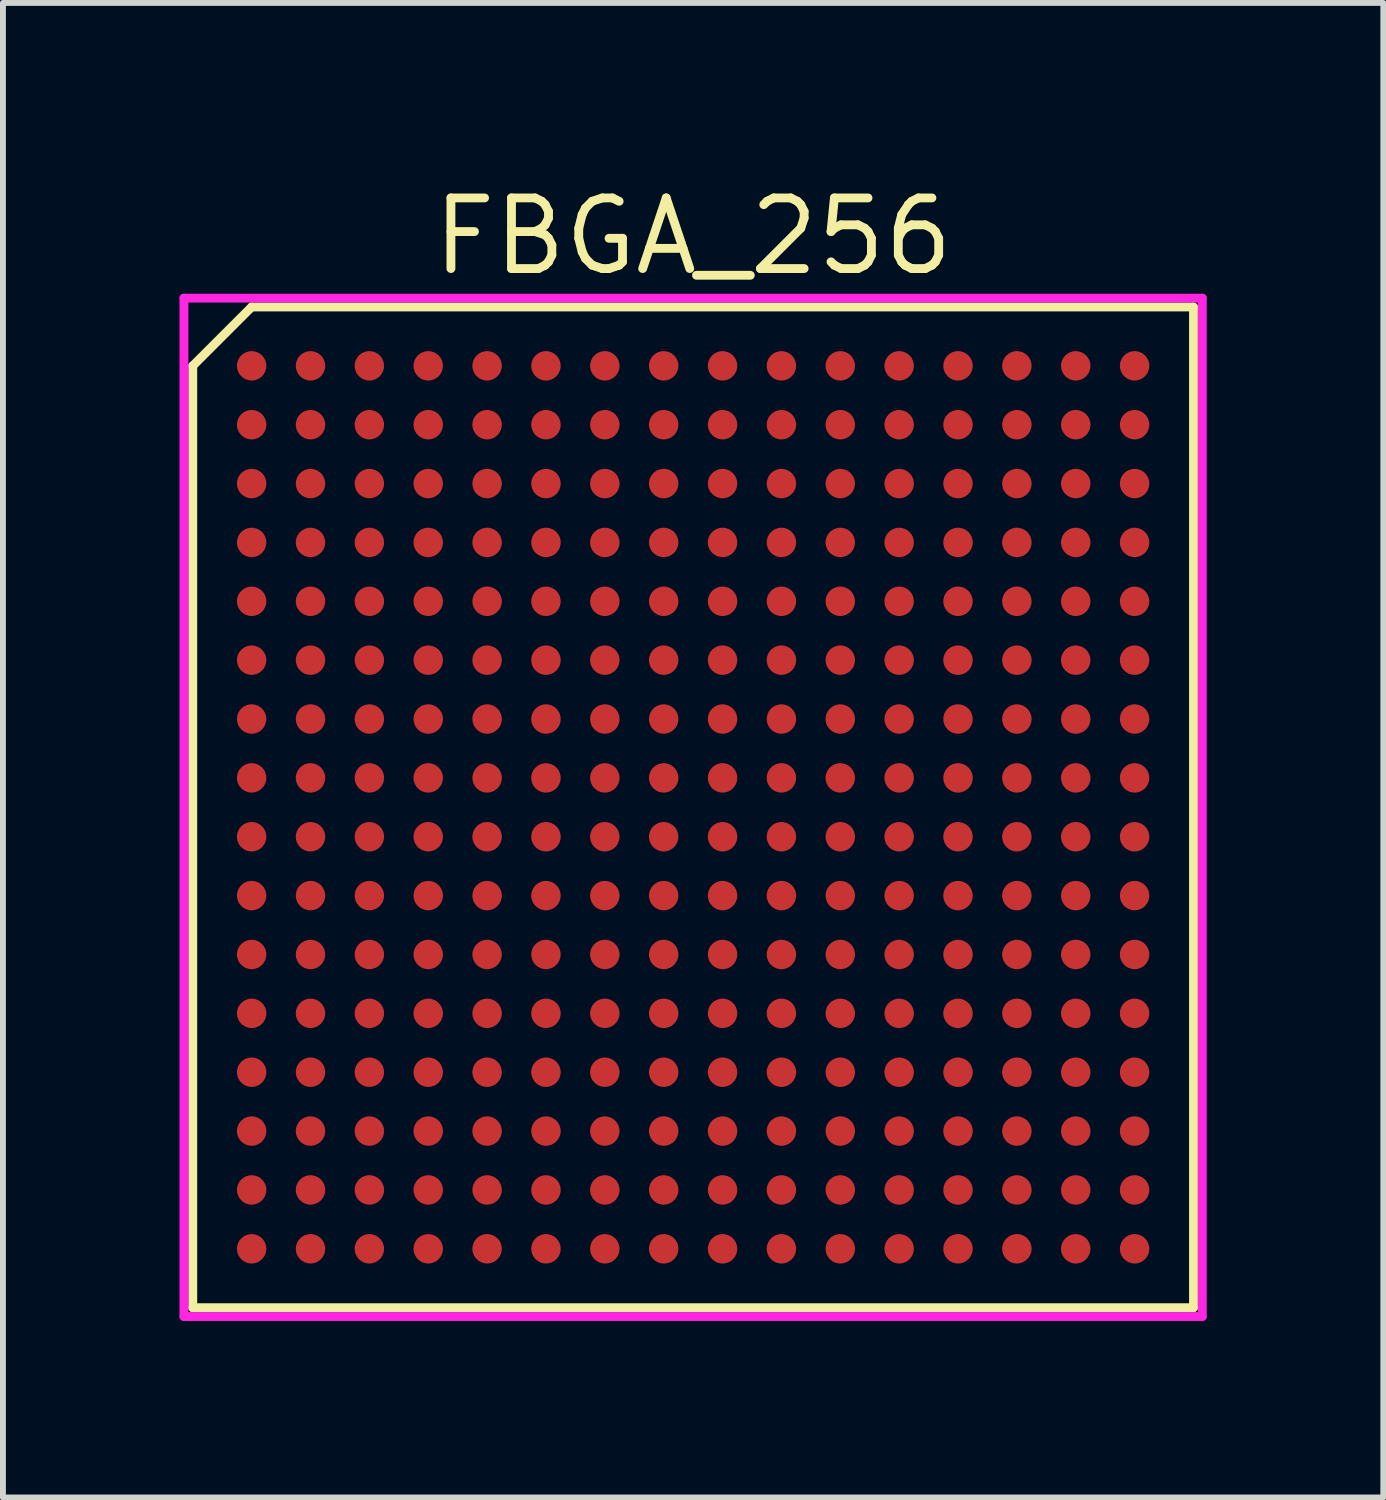
<source format=kicad_pcb>
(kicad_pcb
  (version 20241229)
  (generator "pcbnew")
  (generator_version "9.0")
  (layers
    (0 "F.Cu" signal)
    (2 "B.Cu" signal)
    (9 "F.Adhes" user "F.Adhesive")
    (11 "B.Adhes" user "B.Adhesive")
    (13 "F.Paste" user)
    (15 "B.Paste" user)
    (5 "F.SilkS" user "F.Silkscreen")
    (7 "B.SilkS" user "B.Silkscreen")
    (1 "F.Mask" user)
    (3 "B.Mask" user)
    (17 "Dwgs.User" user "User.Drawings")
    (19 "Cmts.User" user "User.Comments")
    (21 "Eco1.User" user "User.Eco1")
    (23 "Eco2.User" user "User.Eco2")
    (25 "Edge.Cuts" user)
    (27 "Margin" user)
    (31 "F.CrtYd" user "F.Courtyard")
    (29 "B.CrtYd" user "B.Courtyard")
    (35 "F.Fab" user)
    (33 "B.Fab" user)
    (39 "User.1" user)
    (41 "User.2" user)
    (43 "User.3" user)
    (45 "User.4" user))
  (footprint "FBGA_256"
    (layer "F.Cu")
    (at 8.725 10.665)
    (property "Reference" "FBGA_256" (at 0 -9.7 0) (layer "F.SilkS") (effects (font (size 1.2 1.2) (thickness 0.15))))
    (attr through_hole)
    (fp_line (start -8.5 -7.5) (end -8.5 8.5) (stroke (width 0.15) (type solid)) (layer "F.SilkS"))
    (fp_line (start -8.5 8.5) (end 8.5 8.5) (stroke (width 0.15) (type solid)) (layer "F.SilkS"))
    (fp_line (start -7.5 -8.5) (end -8.5 -7.5) (stroke (width 0.15) (type solid)) (layer "F.SilkS"))
    (fp_line (start 8.5 -8.5) (end -7.5 -8.5) (stroke (width 0.15) (type solid)) (layer "F.SilkS"))
    (fp_line (start 8.5 8.5) (end 8.5 -8.5) (stroke (width 0.15) (type solid)) (layer "F.SilkS"))
    (fp_line (start -8.65 -8.65) (end 8.65 -8.65) (stroke (width 0.15) (type solid)) (layer "F.CrtYd"))
    (fp_line (start -8.65 8.65) (end -8.65 -8.65) (stroke (width 0.15) (type solid)) (layer "F.CrtYd"))
    (fp_line (start 8.65 -8.65) (end 8.65 8.65) (stroke (width 0.15) (type solid)) (layer "F.CrtYd"))
    (fp_line (start 8.65 8.65) (end -8.65 8.65) (stroke (width 0.15) (type solid)) (layer "F.CrtYd"))
    (pad "A1" smd circle (at -7.5 -7.5) (size 0.5 0.5) (layers "F.Cu" "F.Mask" "F.Paste"))
    (pad "A2" smd circle (at -6.5 -7.5) (size 0.5 0.5) (layers "F.Cu" "F.Mask" "F.Paste"))
    (pad "A3" smd circle (at -5.5 -7.5) (size 0.5 0.5) (layers "F.Cu" "F.Mask" "F.Paste"))
    (pad "A4" smd circle (at -4.5 -7.5) (size 0.5 0.5) (layers "F.Cu" "F.Mask" "F.Paste"))
    (pad "A5" smd circle (at -3.5 -7.5) (size 0.5 0.5) (layers "F.Cu" "F.Mask" "F.Paste"))
    (pad "A6" smd circle (at -2.5 -7.5) (size 0.5 0.5) (layers "F.Cu" "F.Mask" "F.Paste"))
    (pad "A7" smd circle (at -1.5 -7.5) (size 0.5 0.5) (layers "F.Cu" "F.Mask" "F.Paste"))
    (pad "A8" smd circle (at -0.5 -7.5) (size 0.5 0.5) (layers "F.Cu" "F.Mask" "F.Paste"))
    (pad "A9" smd circle (at 0.5 -7.5) (size 0.5 0.5) (layers "F.Cu" "F.Mask" "F.Paste"))
    (pad "A10" smd circle (at 1.5 -7.5) (size 0.5 0.5) (layers "F.Cu" "F.Mask" "F.Paste"))
    (pad "A11" smd circle (at 2.5 -7.5) (size 0.5 0.5) (layers "F.Cu" "F.Mask" "F.Paste"))
    (pad "A12" smd circle (at 3.5 -7.5) (size 0.5 0.5) (layers "F.Cu" "F.Mask" "F.Paste"))
    (pad "A13" smd circle (at 4.5 -7.5) (size 0.5 0.5) (layers "F.Cu" "F.Mask" "F.Paste"))
    (pad "A14" smd circle (at 5.5 -7.5) (size 0.5 0.5) (layers "F.Cu" "F.Mask" "F.Paste"))
    (pad "A15" smd circle (at 6.5 -7.5) (size 0.5 0.5) (layers "F.Cu" "F.Mask" "F.Paste"))
    (pad "A16" smd circle (at 7.5 -7.5) (size 0.5 0.5) (layers "F.Cu" "F.Mask" "F.Paste"))
    (pad "B1" smd circle (at -7.5 -6.5) (size 0.5 0.5) (layers "F.Cu" "F.Mask" "F.Paste"))
    (pad "B2" smd circle (at -6.5 -6.5) (size 0.5 0.5) (layers "F.Cu" "F.Mask" "F.Paste"))
    (pad "B3" smd circle (at -5.5 -6.5) (size 0.5 0.5) (layers "F.Cu" "F.Mask" "F.Paste"))
    (pad "B4" smd circle (at -4.5 -6.5) (size 0.5 0.5) (layers "F.Cu" "F.Mask" "F.Paste"))
    (pad "B5" smd circle (at -3.5 -6.5) (size 0.5 0.5) (layers "F.Cu" "F.Mask" "F.Paste"))
    (pad "B6" smd circle (at -2.5 -6.5) (size 0.5 0.5) (layers "F.Cu" "F.Mask" "F.Paste"))
    (pad "B7" smd circle (at -1.5 -6.5) (size 0.5 0.5) (layers "F.Cu" "F.Mask" "F.Paste"))
    (pad "B8" smd circle (at -0.5 -6.5) (size 0.5 0.5) (layers "F.Cu" "F.Mask" "F.Paste"))
    (pad "B9" smd circle (at 0.5 -6.5) (size 0.5 0.5) (layers "F.Cu" "F.Mask" "F.Paste"))
    (pad "B10" smd circle (at 1.5 -6.5) (size 0.5 0.5) (layers "F.Cu" "F.Mask" "F.Paste"))
    (pad "B11" smd circle (at 2.5 -6.5) (size 0.5 0.5) (layers "F.Cu" "F.Mask" "F.Paste"))
    (pad "B12" smd circle (at 3.5 -6.5) (size 0.5 0.5) (layers "F.Cu" "F.Mask" "F.Paste"))
    (pad "B13" smd circle (at 4.5 -6.5) (size 0.5 0.5) (layers "F.Cu" "F.Mask" "F.Paste"))
    (pad "B14" smd circle (at 5.5 -6.5) (size 0.5 0.5) (layers "F.Cu" "F.Mask" "F.Paste"))
    (pad "B15" smd circle (at 6.5 -6.5) (size 0.5 0.5) (layers "F.Cu" "F.Mask" "F.Paste"))
    (pad "B16" smd circle (at 7.5 -6.5) (size 0.5 0.5) (layers "F.Cu" "F.Mask" "F.Paste"))
    (pad "C1" smd circle (at -7.5 -5.5) (size 0.5 0.5) (layers "F.Cu" "F.Mask" "F.Paste"))
    (pad "C2" smd circle (at -6.5 -5.5) (size 0.5 0.5) (layers "F.Cu" "F.Mask" "F.Paste"))
    (pad "C3" smd circle (at -5.5 -5.5) (size 0.5 0.5) (layers "F.Cu" "F.Mask" "F.Paste"))
    (pad "C4" smd circle (at -4.5 -5.5) (size 0.5 0.5) (layers "F.Cu" "F.Mask" "F.Paste"))
    (pad "C5" smd circle (at -3.5 -5.5) (size 0.5 0.5) (layers "F.Cu" "F.Mask" "F.Paste"))
    (pad "C6" smd circle (at -2.5 -5.5) (size 0.5 0.5) (layers "F.Cu" "F.Mask" "F.Paste"))
    (pad "C7" smd circle (at -1.5 -5.5) (size 0.5 0.5) (layers "F.Cu" "F.Mask" "F.Paste"))
    (pad "C8" smd circle (at -0.5 -5.5) (size 0.5 0.5) (layers "F.Cu" "F.Mask" "F.Paste"))
    (pad "C9" smd circle (at 0.5 -5.5) (size 0.5 0.5) (layers "F.Cu" "F.Mask" "F.Paste"))
    (pad "C10" smd circle (at 1.5 -5.5) (size 0.5 0.5) (layers "F.Cu" "F.Mask" "F.Paste"))
    (pad "C11" smd circle (at 2.5 -5.5) (size 0.5 0.5) (layers "F.Cu" "F.Mask" "F.Paste"))
    (pad "C12" smd circle (at 3.5 -5.5) (size 0.5 0.5) (layers "F.Cu" "F.Mask" "F.Paste"))
    (pad "C13" smd circle (at 4.5 -5.5) (size 0.5 0.5) (layers "F.Cu" "F.Mask" "F.Paste"))
    (pad "C14" smd circle (at 5.5 -5.5) (size 0.5 0.5) (layers "F.Cu" "F.Mask" "F.Paste"))
    (pad "C15" smd circle (at 6.5 -5.5) (size 0.5 0.5) (layers "F.Cu" "F.Mask" "F.Paste"))
    (pad "C16" smd circle (at 7.5 -5.5) (size 0.5 0.5) (layers "F.Cu" "F.Mask" "F.Paste"))
    (pad "D1" smd circle (at -7.5 -4.5) (size 0.5 0.5) (layers "F.Cu" "F.Mask" "F.Paste"))
    (pad "D2" smd circle (at -6.5 -4.5) (size 0.5 0.5) (layers "F.Cu" "F.Mask" "F.Paste"))
    (pad "D3" smd circle (at -5.5 -4.5) (size 0.5 0.5) (layers "F.Cu" "F.Mask" "F.Paste"))
    (pad "D4" smd circle (at -4.5 -4.5) (size 0.5 0.5) (layers "F.Cu" "F.Mask" "F.Paste"))
    (pad "D5" smd circle (at -3.5 -4.5) (size 0.5 0.5) (layers "F.Cu" "F.Mask" "F.Paste"))
    (pad "D6" smd circle (at -2.5 -4.5) (size 0.5 0.5) (layers "F.Cu" "F.Mask" "F.Paste"))
    (pad "D7" smd circle (at -1.5 -4.5) (size 0.5 0.5) (layers "F.Cu" "F.Mask" "F.Paste"))
    (pad "D8" smd circle (at -0.5 -4.5) (size 0.5 0.5) (layers "F.Cu" "F.Mask" "F.Paste"))
    (pad "D9" smd circle (at 0.5 -4.5) (size 0.5 0.5) (layers "F.Cu" "F.Mask" "F.Paste"))
    (pad "D10" smd circle (at 1.5 -4.5) (size 0.5 0.5) (layers "F.Cu" "F.Mask" "F.Paste"))
    (pad "D11" smd circle (at 2.5 -4.5) (size 0.5 0.5) (layers "F.Cu" "F.Mask" "F.Paste"))
    (pad "D12" smd circle (at 3.5 -4.5) (size 0.5 0.5) (layers "F.Cu" "F.Mask" "F.Paste"))
    (pad "D13" smd circle (at 4.5 -4.5) (size 0.5 0.5) (layers "F.Cu" "F.Mask" "F.Paste"))
    (pad "D14" smd circle (at 5.5 -4.5) (size 0.5 0.5) (layers "F.Cu" "F.Mask" "F.Paste"))
    (pad "D15" smd circle (at 6.5 -4.5) (size 0.5 0.5) (layers "F.Cu" "F.Mask" "F.Paste"))
    (pad "D16" smd circle (at 7.5 -4.5) (size 0.5 0.5) (layers "F.Cu" "F.Mask" "F.Paste"))
    (pad "E1" smd circle (at -7.5 -3.5) (size 0.5 0.5) (layers "F.Cu" "F.Mask" "F.Paste"))
    (pad "E2" smd circle (at -6.5 -3.5) (size 0.5 0.5) (layers "F.Cu" "F.Mask" "F.Paste"))
    (pad "E3" smd circle (at -5.5 -3.5) (size 0.5 0.5) (layers "F.Cu" "F.Mask" "F.Paste"))
    (pad "E4" smd circle (at -4.5 -3.5) (size 0.5 0.5) (layers "F.Cu" "F.Mask" "F.Paste"))
    (pad "E5" smd circle (at -3.5 -3.5) (size 0.5 0.5) (layers "F.Cu" "F.Mask" "F.Paste"))
    (pad "E6" smd circle (at -2.5 -3.5) (size 0.5 0.5) (layers "F.Cu" "F.Mask" "F.Paste"))
    (pad "E7" smd circle (at -1.5 -3.5) (size 0.5 0.5) (layers "F.Cu" "F.Mask" "F.Paste"))
    (pad "E8" smd circle (at -0.5 -3.5) (size 0.5 0.5) (layers "F.Cu" "F.Mask" "F.Paste"))
    (pad "E9" smd circle (at 0.5 -3.5) (size 0.5 0.5) (layers "F.Cu" "F.Mask" "F.Paste"))
    (pad "E10" smd circle (at 1.5 -3.5) (size 0.5 0.5) (layers "F.Cu" "F.Mask" "F.Paste"))
    (pad "E11" smd circle (at 2.5 -3.5) (size 0.5 0.5) (layers "F.Cu" "F.Mask" "F.Paste"))
    (pad "E12" smd circle (at 3.5 -3.5) (size 0.5 0.5) (layers "F.Cu" "F.Mask" "F.Paste"))
    (pad "E13" smd circle (at 4.5 -3.5) (size 0.5 0.5) (layers "F.Cu" "F.Mask" "F.Paste"))
    (pad "E14" smd circle (at 5.5 -3.5) (size 0.5 0.5) (layers "F.Cu" "F.Mask" "F.Paste"))
    (pad "E15" smd circle (at 6.5 -3.5) (size 0.5 0.5) (layers "F.Cu" "F.Mask" "F.Paste"))
    (pad "E16" smd circle (at 7.5 -3.5) (size 0.5 0.5) (layers "F.Cu" "F.Mask" "F.Paste"))
    (pad "F1" smd circle (at -7.5 -2.5) (size 0.5 0.5) (layers "F.Cu" "F.Mask" "F.Paste"))
    (pad "F2" smd circle (at -6.5 -2.5) (size 0.5 0.5) (layers "F.Cu" "F.Mask" "F.Paste"))
    (pad "F3" smd circle (at -5.5 -2.5) (size 0.5 0.5) (layers "F.Cu" "F.Mask" "F.Paste"))
    (pad "F4" smd circle (at -4.5 -2.5) (size 0.5 0.5) (layers "F.Cu" "F.Mask" "F.Paste"))
    (pad "F5" smd circle (at -3.5 -2.5) (size 0.5 0.5) (layers "F.Cu" "F.Mask" "F.Paste"))
    (pad "F6" smd circle (at -2.5 -2.5) (size 0.5 0.5) (layers "F.Cu" "F.Mask" "F.Paste"))
    (pad "F7" smd circle (at -1.5 -2.5) (size 0.5 0.5) (layers "F.Cu" "F.Mask" "F.Paste"))
    (pad "F8" smd circle (at -0.5 -2.5) (size 0.5 0.5) (layers "F.Cu" "F.Mask" "F.Paste"))
    (pad "F9" smd circle (at 0.5 -2.5) (size 0.5 0.5) (layers "F.Cu" "F.Mask" "F.Paste"))
    (pad "F10" smd circle (at 1.5 -2.5) (size 0.5 0.5) (layers "F.Cu" "F.Mask" "F.Paste"))
    (pad "F11" smd circle (at 2.5 -2.5) (size 0.5 0.5) (layers "F.Cu" "F.Mask" "F.Paste"))
    (pad "F12" smd circle (at 3.5 -2.5) (size 0.5 0.5) (layers "F.Cu" "F.Mask" "F.Paste"))
    (pad "F13" smd circle (at 4.5 -2.5) (size 0.5 0.5) (layers "F.Cu" "F.Mask" "F.Paste"))
    (pad "F14" smd circle (at 5.5 -2.5) (size 0.5 0.5) (layers "F.Cu" "F.Mask" "F.Paste"))
    (pad "F15" smd circle (at 6.5 -2.5) (size 0.5 0.5) (layers "F.Cu" "F.Mask" "F.Paste"))
    (pad "F16" smd circle (at 7.5 -2.5) (size 0.5 0.5) (layers "F.Cu" "F.Mask" "F.Paste"))
    (pad "G1" smd circle (at -7.5 -1.5) (size 0.5 0.5) (layers "F.Cu" "F.Mask" "F.Paste"))
    (pad "G2" smd circle (at -6.5 -1.5) (size 0.5 0.5) (layers "F.Cu" "F.Mask" "F.Paste"))
    (pad "G3" smd circle (at -5.5 -1.5) (size 0.5 0.5) (layers "F.Cu" "F.Mask" "F.Paste"))
    (pad "G4" smd circle (at -4.5 -1.5) (size 0.5 0.5) (layers "F.Cu" "F.Mask" "F.Paste"))
    (pad "G5" smd circle (at -3.5 -1.5) (size 0.5 0.5) (layers "F.Cu" "F.Mask" "F.Paste"))
    (pad "G6" smd circle (at -2.5 -1.5) (size 0.5 0.5) (layers "F.Cu" "F.Mask" "F.Paste"))
    (pad "G7" smd circle (at -1.5 -1.5) (size 0.5 0.5) (layers "F.Cu" "F.Mask" "F.Paste"))
    (pad "G8" smd circle (at -0.5 -1.5) (size 0.5 0.5) (layers "F.Cu" "F.Mask" "F.Paste"))
    (pad "G9" smd circle (at 0.5 -1.5) (size 0.5 0.5) (layers "F.Cu" "F.Mask" "F.Paste"))
    (pad "G10" smd circle (at 1.5 -1.5) (size 0.5 0.5) (layers "F.Cu" "F.Mask" "F.Paste"))
    (pad "G11" smd circle (at 2.5 -1.5) (size 0.5 0.5) (layers "F.Cu" "F.Mask" "F.Paste"))
    (pad "G12" smd circle (at 3.5 -1.5) (size 0.5 0.5) (layers "F.Cu" "F.Mask" "F.Paste"))
    (pad "G13" smd circle (at 4.5 -1.5) (size 0.5 0.5) (layers "F.Cu" "F.Mask" "F.Paste"))
    (pad "G14" smd circle (at 5.5 -1.5) (size 0.5 0.5) (layers "F.Cu" "F.Mask" "F.Paste"))
    (pad "G15" smd circle (at 6.5 -1.5) (size 0.5 0.5) (layers "F.Cu" "F.Mask" "F.Paste"))
    (pad "G16" smd circle (at 7.5 -1.5) (size 0.5 0.5) (layers "F.Cu" "F.Mask" "F.Paste"))
    (pad "H1" smd circle (at -7.5 -0.5) (size 0.5 0.5) (layers "F.Cu" "F.Mask" "F.Paste"))
    (pad "H2" smd circle (at -6.5 -0.5) (size 0.5 0.5) (layers "F.Cu" "F.Mask" "F.Paste"))
    (pad "H3" smd circle (at -5.5 -0.5) (size 0.5 0.5) (layers "F.Cu" "F.Mask" "F.Paste"))
    (pad "H4" smd circle (at -4.5 -0.5) (size 0.5 0.5) (layers "F.Cu" "F.Mask" "F.Paste"))
    (pad "H5" smd circle (at -3.5 -0.5) (size 0.5 0.5) (layers "F.Cu" "F.Mask" "F.Paste"))
    (pad "H6" smd circle (at -2.5 -0.5) (size 0.5 0.5) (layers "F.Cu" "F.Mask" "F.Paste"))
    (pad "H7" smd circle (at -1.5 -0.5) (size 0.5 0.5) (layers "F.Cu" "F.Mask" "F.Paste"))
    (pad "H8" smd circle (at -0.5 -0.5) (size 0.5 0.5) (layers "F.Cu" "F.Mask" "F.Paste"))
    (pad "H9" smd circle (at 0.5 -0.5) (size 0.5 0.5) (layers "F.Cu" "F.Mask" "F.Paste"))
    (pad "H10" smd circle (at 1.5 -0.5) (size 0.5 0.5) (layers "F.Cu" "F.Mask" "F.Paste"))
    (pad "H11" smd circle (at 2.5 -0.5) (size 0.5 0.5) (layers "F.Cu" "F.Mask" "F.Paste"))
    (pad "H12" smd circle (at 3.5 -0.5) (size 0.5 0.5) (layers "F.Cu" "F.Mask" "F.Paste"))
    (pad "H13" smd circle (at 4.5 -0.5) (size 0.5 0.5) (layers "F.Cu" "F.Mask" "F.Paste"))
    (pad "H14" smd circle (at 5.5 -0.5) (size 0.5 0.5) (layers "F.Cu" "F.Mask" "F.Paste"))
    (pad "H15" smd circle (at 6.5 -0.5) (size 0.5 0.5) (layers "F.Cu" "F.Mask" "F.Paste"))
    (pad "H16" smd circle (at 7.5 -0.5) (size 0.5 0.5) (layers "F.Cu" "F.Mask" "F.Paste"))
    (pad "J1" smd circle (at -7.5 0.5) (size 0.5 0.5) (layers "F.Cu" "F.Mask" "F.Paste"))
    (pad "J2" smd circle (at -6.5 0.5) (size 0.5 0.5) (layers "F.Cu" "F.Mask" "F.Paste"))
    (pad "J3" smd circle (at -5.5 0.5) (size 0.5 0.5) (layers "F.Cu" "F.Mask" "F.Paste"))
    (pad "J4" smd circle (at -4.5 0.5) (size 0.5 0.5) (layers "F.Cu" "F.Mask" "F.Paste"))
    (pad "J5" smd circle (at -3.5 0.5) (size 0.5 0.5) (layers "F.Cu" "F.Mask" "F.Paste"))
    (pad "J6" smd circle (at -2.5 0.5) (size 0.5 0.5) (layers "F.Cu" "F.Mask" "F.Paste"))
    (pad "J7" smd circle (at -1.5 0.5) (size 0.5 0.5) (layers "F.Cu" "F.Mask" "F.Paste"))
    (pad "J8" smd circle (at -0.5 0.5) (size 0.5 0.5) (layers "F.Cu" "F.Mask" "F.Paste"))
    (pad "J9" smd circle (at 0.5 0.5) (size 0.5 0.5) (layers "F.Cu" "F.Mask" "F.Paste"))
    (pad "J10" smd circle (at 1.5 0.5) (size 0.5 0.5) (layers "F.Cu" "F.Mask" "F.Paste"))
    (pad "J11" smd circle (at 2.5 0.5) (size 0.5 0.5) (layers "F.Cu" "F.Mask" "F.Paste"))
    (pad "J12" smd circle (at 3.5 0.5) (size 0.5 0.5) (layers "F.Cu" "F.Mask" "F.Paste"))
    (pad "J13" smd circle (at 4.5 0.5) (size 0.5 0.5) (layers "F.Cu" "F.Mask" "F.Paste"))
    (pad "J14" smd circle (at 5.5 0.5) (size 0.5 0.5) (layers "F.Cu" "F.Mask" "F.Paste"))
    (pad "J15" smd circle (at 6.5 0.5) (size 0.5 0.5) (layers "F.Cu" "F.Mask" "F.Paste"))
    (pad "J16" smd circle (at 7.5 0.5) (size 0.5 0.5) (layers "F.Cu" "F.Mask" "F.Paste"))
    (pad "K1" smd circle (at -7.5 1.5) (size 0.5 0.5) (layers "F.Cu" "F.Mask" "F.Paste"))
    (pad "K2" smd circle (at -6.5 1.5) (size 0.5 0.5) (layers "F.Cu" "F.Mask" "F.Paste"))
    (pad "K3" smd circle (at -5.5 1.5) (size 0.5 0.5) (layers "F.Cu" "F.Mask" "F.Paste"))
    (pad "K4" smd circle (at -4.5 1.5) (size 0.5 0.5) (layers "F.Cu" "F.Mask" "F.Paste"))
    (pad "K5" smd circle (at -3.5 1.5) (size 0.5 0.5) (layers "F.Cu" "F.Mask" "F.Paste"))
    (pad "K6" smd circle (at -2.5 1.5) (size 0.5 0.5) (layers "F.Cu" "F.Mask" "F.Paste"))
    (pad "K7" smd circle (at -1.5 1.5) (size 0.5 0.5) (layers "F.Cu" "F.Mask" "F.Paste"))
    (pad "K8" smd circle (at -0.5 1.5) (size 0.5 0.5) (layers "F.Cu" "F.Mask" "F.Paste"))
    (pad "K9" smd circle (at 0.5 1.5) (size 0.5 0.5) (layers "F.Cu" "F.Mask" "F.Paste"))
    (pad "K10" smd circle (at 1.5 1.5) (size 0.5 0.5) (layers "F.Cu" "F.Mask" "F.Paste"))
    (pad "K11" smd circle (at 2.5 1.5) (size 0.5 0.5) (layers "F.Cu" "F.Mask" "F.Paste"))
    (pad "K12" smd circle (at 3.5 1.5) (size 0.5 0.5) (layers "F.Cu" "F.Mask" "F.Paste"))
    (pad "K13" smd circle (at 4.5 1.5) (size 0.5 0.5) (layers "F.Cu" "F.Mask" "F.Paste"))
    (pad "K14" smd circle (at 5.5 1.5) (size 0.5 0.5) (layers "F.Cu" "F.Mask" "F.Paste"))
    (pad "K15" smd circle (at 6.5 1.5) (size 0.5 0.5) (layers "F.Cu" "F.Mask" "F.Paste"))
    (pad "K16" smd circle (at 7.5 1.5) (size 0.5 0.5) (layers "F.Cu" "F.Mask" "F.Paste"))
    (pad "L1" smd circle (at -7.5 2.5) (size 0.5 0.5) (layers "F.Cu" "F.Mask" "F.Paste"))
    (pad "L2" smd circle (at -6.5 2.5) (size 0.5 0.5) (layers "F.Cu" "F.Mask" "F.Paste"))
    (pad "L3" smd circle (at -5.5 2.5) (size 0.5 0.5) (layers "F.Cu" "F.Mask" "F.Paste"))
    (pad "L4" smd circle (at -4.5 2.5) (size 0.5 0.5) (layers "F.Cu" "F.Mask" "F.Paste"))
    (pad "L5" smd circle (at -3.5 2.5) (size 0.5 0.5) (layers "F.Cu" "F.Mask" "F.Paste"))
    (pad "L6" smd circle (at -2.5 2.5) (size 0.5 0.5) (layers "F.Cu" "F.Mask" "F.Paste"))
    (pad "L7" smd circle (at -1.5 2.5) (size 0.5 0.5) (layers "F.Cu" "F.Mask" "F.Paste"))
    (pad "L8" smd circle (at -0.5 2.5) (size 0.5 0.5) (layers "F.Cu" "F.Mask" "F.Paste"))
    (pad "L9" smd circle (at 0.5 2.5) (size 0.5 0.5) (layers "F.Cu" "F.Mask" "F.Paste"))
    (pad "L10" smd circle (at 1.5 2.5) (size 0.5 0.5) (layers "F.Cu" "F.Mask" "F.Paste"))
    (pad "L11" smd circle (at 2.5 2.5) (size 0.5 0.5) (layers "F.Cu" "F.Mask" "F.Paste"))
    (pad "L12" smd circle (at 3.5 2.5) (size 0.5 0.5) (layers "F.Cu" "F.Mask" "F.Paste"))
    (pad "L13" smd circle (at 4.5 2.5) (size 0.5 0.5) (layers "F.Cu" "F.Mask" "F.Paste"))
    (pad "L14" smd circle (at 5.5 2.5) (size 0.5 0.5) (layers "F.Cu" "F.Mask" "F.Paste"))
    (pad "L15" smd circle (at 6.5 2.5) (size 0.5 0.5) (layers "F.Cu" "F.Mask" "F.Paste"))
    (pad "L16" smd circle (at 7.5 2.5) (size 0.5 0.5) (layers "F.Cu" "F.Mask" "F.Paste"))
    (pad "M1" smd circle (at -7.5 3.5) (size 0.5 0.5) (layers "F.Cu" "F.Mask" "F.Paste"))
    (pad "M2" smd circle (at -6.5 3.5) (size 0.5 0.5) (layers "F.Cu" "F.Mask" "F.Paste"))
    (pad "M3" smd circle (at -5.5 3.5) (size 0.5 0.5) (layers "F.Cu" "F.Mask" "F.Paste"))
    (pad "M4" smd circle (at -4.5 3.5) (size 0.5 0.5) (layers "F.Cu" "F.Mask" "F.Paste"))
    (pad "M5" smd circle (at -3.5 3.5) (size 0.5 0.5) (layers "F.Cu" "F.Mask" "F.Paste"))
    (pad "M6" smd circle (at -2.5 3.5) (size 0.5 0.5) (layers "F.Cu" "F.Mask" "F.Paste"))
    (pad "M7" smd circle (at -1.5 3.5) (size 0.5 0.5) (layers "F.Cu" "F.Mask" "F.Paste"))
    (pad "M8" smd circle (at -0.5 3.5) (size 0.5 0.5) (layers "F.Cu" "F.Mask" "F.Paste"))
    (pad "M9" smd circle (at 0.5 3.5) (size 0.5 0.5) (layers "F.Cu" "F.Mask" "F.Paste"))
    (pad "M10" smd circle (at 1.5 3.5) (size 0.5 0.5) (layers "F.Cu" "F.Mask" "F.Paste"))
    (pad "M11" smd circle (at 2.5 3.5) (size 0.5 0.5) (layers "F.Cu" "F.Mask" "F.Paste"))
    (pad "M12" smd circle (at 3.5 3.5) (size 0.5 0.5) (layers "F.Cu" "F.Mask" "F.Paste"))
    (pad "M13" smd circle (at 4.5 3.5) (size 0.5 0.5) (layers "F.Cu" "F.Mask" "F.Paste"))
    (pad "M14" smd circle (at 5.5 3.5) (size 0.5 0.5) (layers "F.Cu" "F.Mask" "F.Paste"))
    (pad "M15" smd circle (at 6.5 3.5) (size 0.5 0.5) (layers "F.Cu" "F.Mask" "F.Paste"))
    (pad "M16" smd circle (at 7.5 3.5) (size 0.5 0.5) (layers "F.Cu" "F.Mask" "F.Paste"))
    (pad "N1" smd circle (at -7.5 4.5) (size 0.5 0.5) (layers "F.Cu" "F.Mask" "F.Paste"))
    (pad "N2" smd circle (at -6.5 4.5) (size 0.5 0.5) (layers "F.Cu" "F.Mask" "F.Paste"))
    (pad "N3" smd circle (at -5.5 4.5) (size 0.5 0.5) (layers "F.Cu" "F.Mask" "F.Paste"))
    (pad "N4" smd circle (at -4.5 4.5) (size 0.5 0.5) (layers "F.Cu" "F.Mask" "F.Paste"))
    (pad "N5" smd circle (at -3.5 4.5) (size 0.5 0.5) (layers "F.Cu" "F.Mask" "F.Paste"))
    (pad "N6" smd circle (at -2.5 4.5) (size 0.5 0.5) (layers "F.Cu" "F.Mask" "F.Paste"))
    (pad "N7" smd circle (at -1.5 4.5) (size 0.5 0.5) (layers "F.Cu" "F.Mask" "F.Paste"))
    (pad "N8" smd circle (at -0.5 4.5) (size 0.5 0.5) (layers "F.Cu" "F.Mask" "F.Paste"))
    (pad "N9" smd circle (at 0.5 4.5) (size 0.5 0.5) (layers "F.Cu" "F.Mask" "F.Paste"))
    (pad "N10" smd circle (at 1.5 4.5) (size 0.5 0.5) (layers "F.Cu" "F.Mask" "F.Paste"))
    (pad "N11" smd circle (at 2.5 4.5) (size 0.5 0.5) (layers "F.Cu" "F.Mask" "F.Paste"))
    (pad "N12" smd circle (at 3.5 4.5) (size 0.5 0.5) (layers "F.Cu" "F.Mask" "F.Paste"))
    (pad "N13" smd circle (at 4.5 4.5) (size 0.5 0.5) (layers "F.Cu" "F.Mask" "F.Paste"))
    (pad "N14" smd circle (at 5.5 4.5) (size 0.5 0.5) (layers "F.Cu" "F.Mask" "F.Paste"))
    (pad "N15" smd circle (at 6.5 4.5) (size 0.5 0.5) (layers "F.Cu" "F.Mask" "F.Paste"))
    (pad "N16" smd circle (at 7.5 4.5) (size 0.5 0.5) (layers "F.Cu" "F.Mask" "F.Paste"))
    (pad "P1" smd circle (at -7.5 5.5) (size 0.5 0.5) (layers "F.Cu" "F.Mask" "F.Paste"))
    (pad "P2" smd circle (at -6.5 5.5) (size 0.5 0.5) (layers "F.Cu" "F.Mask" "F.Paste"))
    (pad "P3" smd circle (at -5.5 5.5) (size 0.5 0.5) (layers "F.Cu" "F.Mask" "F.Paste"))
    (pad "P4" smd circle (at -4.5 5.5) (size 0.5 0.5) (layers "F.Cu" "F.Mask" "F.Paste"))
    (pad "P5" smd circle (at -3.5 5.5) (size 0.5 0.5) (layers "F.Cu" "F.Mask" "F.Paste"))
    (pad "P6" smd circle (at -2.5 5.5) (size 0.5 0.5) (layers "F.Cu" "F.Mask" "F.Paste"))
    (pad "P7" smd circle (at -1.5 5.5) (size 0.5 0.5) (layers "F.Cu" "F.Mask" "F.Paste"))
    (pad "P8" smd circle (at -0.5 5.5) (size 0.5 0.5) (layers "F.Cu" "F.Mask" "F.Paste"))
    (pad "P9" smd circle (at 0.5 5.5) (size 0.5 0.5) (layers "F.Cu" "F.Mask" "F.Paste"))
    (pad "P10" smd circle (at 1.5 5.5) (size 0.5 0.5) (layers "F.Cu" "F.Mask" "F.Paste"))
    (pad "P11" smd circle (at 2.5 5.5) (size 0.5 0.5) (layers "F.Cu" "F.Mask" "F.Paste"))
    (pad "P12" smd circle (at 3.5 5.5) (size 0.5 0.5) (layers "F.Cu" "F.Mask" "F.Paste"))
    (pad "P13" smd circle (at 4.5 5.5) (size 0.5 0.5) (layers "F.Cu" "F.Mask" "F.Paste"))
    (pad "P14" smd circle (at 5.5 5.5) (size 0.5 0.5) (layers "F.Cu" "F.Mask" "F.Paste"))
    (pad "P15" smd circle (at 6.5 5.5) (size 0.5 0.5) (layers "F.Cu" "F.Mask" "F.Paste"))
    (pad "P16" smd circle (at 7.5 5.5) (size 0.5 0.5) (layers "F.Cu" "F.Mask" "F.Paste"))
    (pad "R1" smd circle (at -7.5 6.5) (size 0.5 0.5) (layers "F.Cu" "F.Mask" "F.Paste"))
    (pad "R2" smd circle (at -6.5 6.5) (size 0.5 0.5) (layers "F.Cu" "F.Mask" "F.Paste"))
    (pad "R3" smd circle (at -5.5 6.5) (size 0.5 0.5) (layers "F.Cu" "F.Mask" "F.Paste"))
    (pad "R4" smd circle (at -4.5 6.5) (size 0.5 0.5) (layers "F.Cu" "F.Mask" "F.Paste"))
    (pad "R5" smd circle (at -3.5 6.5) (size 0.5 0.5) (layers "F.Cu" "F.Mask" "F.Paste"))
    (pad "R6" smd circle (at -2.5 6.5) (size 0.5 0.5) (layers "F.Cu" "F.Mask" "F.Paste"))
    (pad "R7" smd circle (at -1.5 6.5) (size 0.5 0.5) (layers "F.Cu" "F.Mask" "F.Paste"))
    (pad "R8" smd circle (at -0.5 6.5) (size 0.5 0.5) (layers "F.Cu" "F.Mask" "F.Paste"))
    (pad "R9" smd circle (at 0.5 6.5) (size 0.5 0.5) (layers "F.Cu" "F.Mask" "F.Paste"))
    (pad "R10" smd circle (at 1.5 6.5) (size 0.5 0.5) (layers "F.Cu" "F.Mask" "F.Paste"))
    (pad "R11" smd circle (at 2.5 6.5) (size 0.5 0.5) (layers "F.Cu" "F.Mask" "F.Paste"))
    (pad "R12" smd circle (at 3.5 6.5) (size 0.5 0.5) (layers "F.Cu" "F.Mask" "F.Paste"))
    (pad "R13" smd circle (at 4.5 6.5) (size 0.5 0.5) (layers "F.Cu" "F.Mask" "F.Paste"))
    (pad "R14" smd circle (at 5.5 6.5) (size 0.5 0.5) (layers "F.Cu" "F.Mask" "F.Paste"))
    (pad "R15" smd circle (at 6.5 6.5) (size 0.5 0.5) (layers "F.Cu" "F.Mask" "F.Paste"))
    (pad "R16" smd circle (at 7.5 6.5) (size 0.5 0.5) (layers "F.Cu" "F.Mask" "F.Paste"))
    (pad "T1" smd circle (at -7.5 7.5) (size 0.5 0.5) (layers "F.Cu" "F.Mask" "F.Paste"))
    (pad "T2" smd circle (at -6.5 7.5) (size 0.5 0.5) (layers "F.Cu" "F.Mask" "F.Paste"))
    (pad "T3" smd circle (at -5.5 7.5) (size 0.5 0.5) (layers "F.Cu" "F.Mask" "F.Paste"))
    (pad "T4" smd circle (at -4.5 7.5) (size 0.5 0.5) (layers "F.Cu" "F.Mask" "F.Paste"))
    (pad "T5" smd circle (at -3.5 7.5) (size 0.5 0.5) (layers "F.Cu" "F.Mask" "F.Paste"))
    (pad "T6" smd circle (at -2.5 7.5) (size 0.5 0.5) (layers "F.Cu" "F.Mask" "F.Paste"))
    (pad "T7" smd circle (at -1.5 7.5) (size 0.5 0.5) (layers "F.Cu" "F.Mask" "F.Paste"))
    (pad "T8" smd circle (at -0.5 7.5) (size 0.5 0.5) (layers "F.Cu" "F.Mask" "F.Paste"))
    (pad "T9" smd circle (at 0.5 7.5) (size 0.5 0.5) (layers "F.Cu" "F.Mask" "F.Paste"))
    (pad "T10" smd circle (at 1.5 7.5) (size 0.5 0.5) (layers "F.Cu" "F.Mask" "F.Paste"))
    (pad "T11" smd circle (at 2.5 7.5) (size 0.5 0.5) (layers "F.Cu" "F.Mask" "F.Paste"))
    (pad "T12" smd circle (at 3.5 7.5) (size 0.5 0.5) (layers "F.Cu" "F.Mask" "F.Paste"))
    (pad "T13" smd circle (at 4.5 7.5) (size 0.5 0.5) (layers "F.Cu" "F.Mask" "F.Paste"))
    (pad "T14" smd circle (at 5.5 7.5) (size 0.5 0.5) (layers "F.Cu" "F.Mask" "F.Paste"))
    (pad "T15" smd circle (at 6.5 7.5) (size 0.5 0.5) (layers "F.Cu" "F.Mask" "F.Paste"))
    (pad "T16" smd circle (at 7.5 7.5) (size 0.5 0.5) (layers "F.Cu" "F.Mask" "F.Paste")))
  (gr_rect
    (start -3 -3)
    (end 20.45 22.39)
    (stroke (width 0.1) (type default))
    (fill no)
    (layer "Edge.Cuts")))
</source>
